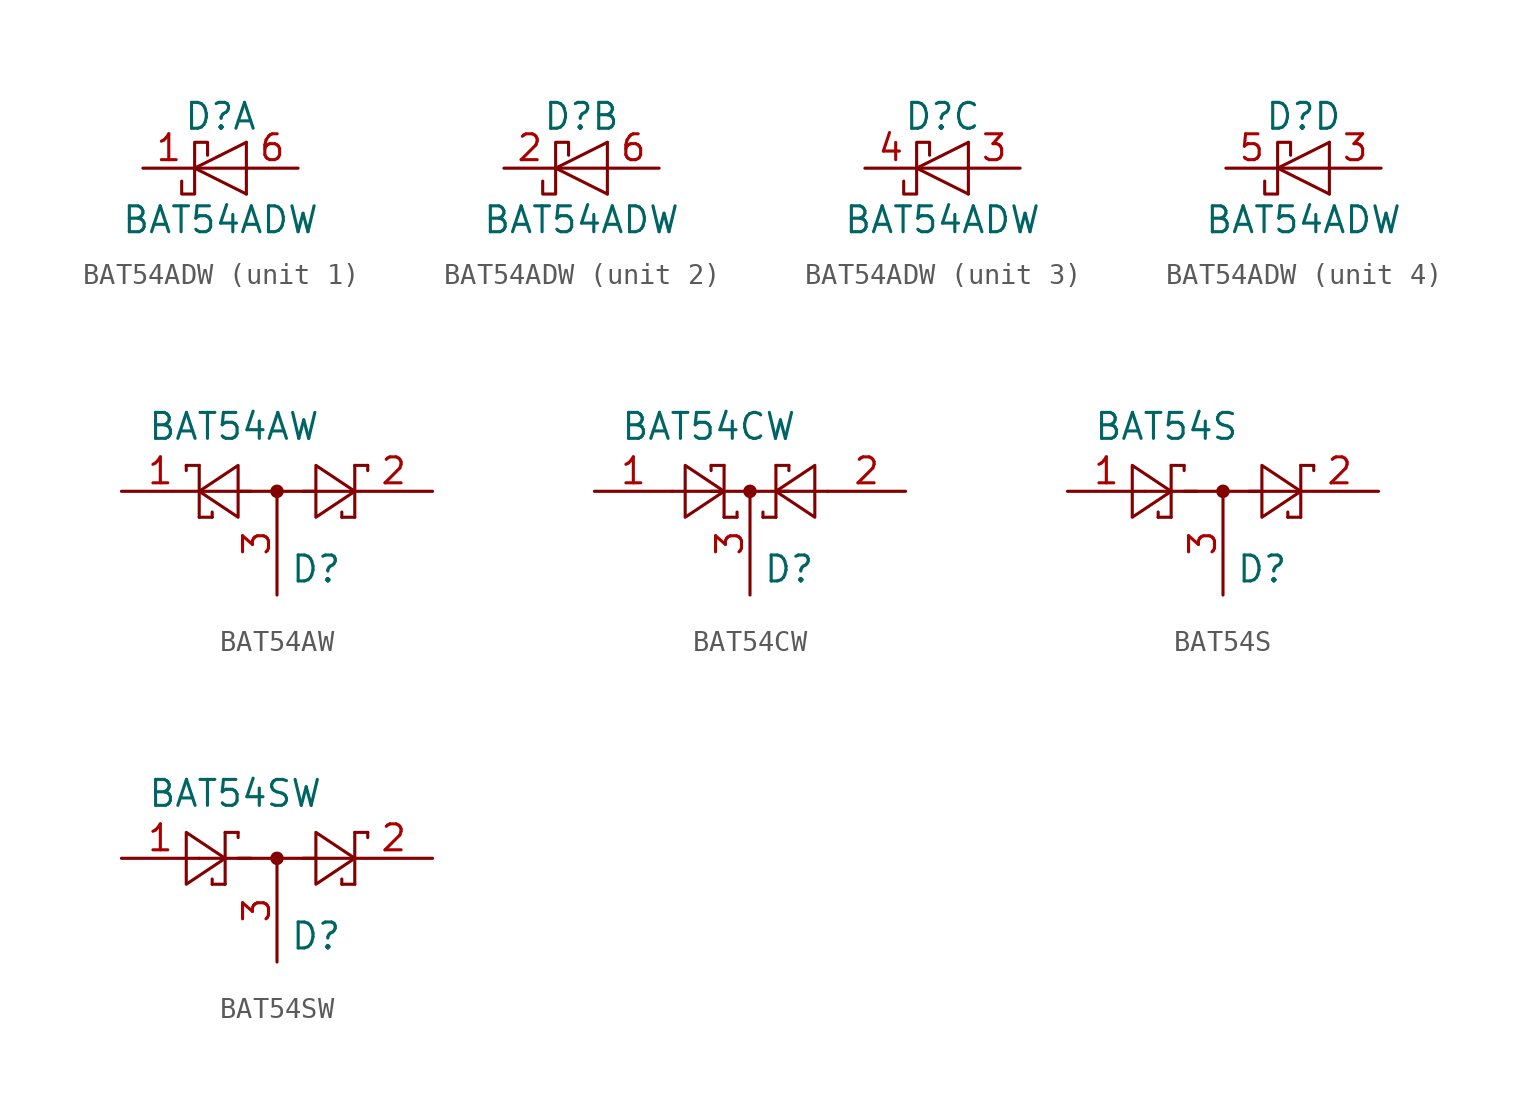
<source format=kicad_sym>
(kicad_symbol_lib
  (version 20201005)
  (generator kicad_symbol_editor)
  (symbol "Diode:BAT54ADW"
    (pin_names
      (offset 1.016) hide)
    (property "Reference" "D"
      (at 0 2.54 0)
      (effects (font (size 1.27 1.27))))
    (property "Value" "BAT54ADW"
      (at 0 -2.54 0)
      (effects (font (size 1.27 1.27))))
    (symbol "BAT54ADW_0_1"
      (polyline (pts (xy 1.27 -1.27) (xy 1.27 1.27)) (stroke (width 0)) (fill (type none)))
      (polyline (pts (xy 1.27 0) (xy -1.27 0)) (stroke (width 0)) (fill (type none)))
      (polyline (pts (xy 1.27 1.27) (xy -1.27 0) (xy 1.27 -1.27)) (stroke (width 0)) (fill (type none)))
      (polyline (pts (xy -0.635 0.635) (xy -0.635 1.27) (xy -1.27 1.27) (xy -1.27 -1.27) (xy -1.905 -1.27) (xy -1.905 -0.635)) (stroke (width 0)) (fill (type none))))
    (symbol "BAT54ADW_1_1"
      (pin passive line (at -3.81 0 0) (length 2.54) (name "K" (effects (font (size 1.27 1.27)))) (number "1" (effects (font (size 1.27 1.27)))))
      (pin passive line (at 3.81 0 180) (length 2.54) (name "A" (effects (font (size 1.27 1.27)))) (number "6" (effects (font (size 1.27 1.27))))))
    (symbol "BAT54ADW_2_1"
      (pin passive line (at -3.81 0 0) (length 2.54) (name "K" (effects (font (size 1.27 1.27)))) (number "2" (effects (font (size 1.27 1.27)))))
      (pin passive line (at 3.81 0 180) (length 2.54) (name "A" (effects (font (size 1.27 1.27)))) (number "6" (effects (font (size 1.27 1.27))))))
    (symbol "BAT54ADW_3_1"
      (pin passive line (at 3.81 0 180) (length 2.54) (name "A" (effects (font (size 1.27 1.27)))) (number "3" (effects (font (size 1.27 1.27)))))
      (pin passive line (at -3.81 0 0) (length 2.54) (name "K" (effects (font (size 1.27 1.27)))) (number "4" (effects (font (size 1.27 1.27))))))
    (symbol "BAT54ADW_4_1"
      (pin passive line (at 3.81 0 180) (length 2.54) (name "A" (effects (font (size 1.27 1.27)))) (number "3" (effects (font (size 1.27 1.27)))))
      (pin passive line (at -3.81 0 0) (length 2.54) (name "K" (effects (font (size 1.27 1.27)))) (number "5" (effects (font (size 1.27 1.27)))))))
  (symbol "Diode:BAT54AW"
    (pin_names
      (offset 1.016))
    (property "Reference" "D"
      (at 0.635 -3.81 0)
      (effects (font (size 1.27 1.27)) (justify left)))
    (property "Value" "BAT54AW"
      (at -6.35 3.175 0)
      (effects (font (size 1.27 1.27)) (justify left)))
    (symbol "BAT54AW_0_1"
      (circle (center 0 0) (radius 0.254) (stroke (width 0)) (fill (type outline)))
      (polyline (pts (xy -4.445 1.27) (xy -4.445 1.016)) (stroke (width 0)) (fill (type none)))
      (polyline (pts (xy -3.81 -1.27) (xy -3.81 1.27)) (stroke (width 0)) (fill (type none)))
      (polyline (pts (xy -3.81 -1.27) (xy -3.175 -1.27)) (stroke (width 0)) (fill (type none)))
      (polyline (pts (xy -3.81 0) (xy -1.27 0)) (stroke (width 0)) (fill (type none)))
      (polyline (pts (xy -3.81 1.27) (xy -4.445 1.27)) (stroke (width 0)) (fill (type none)))
      (polyline (pts (xy -3.175 -1.27) (xy -3.175 -1.016)) (stroke (width 0)) (fill (type none)))
      (polyline (pts (xy -1.905 0) (xy 1.905 0)) (stroke (width 0)) (fill (type none)))
      (polyline (pts (xy 1.27 0) (xy 3.81 0)) (stroke (width 0)) (fill (type none)))
      (polyline (pts (xy 3.175 -1.27) (xy 3.175 -1.016)) (stroke (width 0)) (fill (type none)))
      (polyline (pts (xy 3.81 -1.27) (xy 3.175 -1.27)) (stroke (width 0)) (fill (type none)))
      (polyline (pts (xy 3.81 -1.27) (xy 3.81 1.27)) (stroke (width 0)) (fill (type none)))
      (polyline (pts (xy 3.81 1.27) (xy 4.445 1.27)) (stroke (width 0)) (fill (type none)))
      (polyline (pts (xy 4.445 1.27) (xy 4.445 1.016)) (stroke (width 0)) (fill (type none)))
      (polyline (pts (xy -1.905 1.27) (xy -1.905 -1.27) (xy -3.81 0) (xy -1.905 1.27)) (stroke (width 0)) (fill (type none)))
      (polyline (pts (xy 1.905 1.27) (xy 1.905 -1.27) (xy 3.81 0) (xy 1.905 1.27)) (stroke (width 0)) (fill (type none))))
    (symbol "BAT54AW_1_1"
      (pin passive line (at -7.62 0 0) (length 3.81) (name "~" (effects (font (size 1.27 1.27)))) (number "1" (effects (font (size 1.27 1.27)))))
      (pin passive line (at 7.62 0 180) (length 3.81) (name "~" (effects (font (size 1.27 1.27)))) (number "2" (effects (font (size 1.27 1.27)))))
      (pin passive line (at 0 -5.08 90) (length 5.08) (name "~" (effects (font (size 1.27 1.27)))) (number "3" (effects (font (size 1.27 1.27)))))))
  (symbol "Diode:BAT54CW"
    (pin_names
      (offset 1.016))
    (property "Reference" "D"
      (at 0.635 -3.81 0)
      (effects (font (size 1.27 1.27)) (justify left)))
    (property "Value" "BAT54CW"
      (at -6.35 3.175 0)
      (effects (font (size 1.27 1.27)) (justify left)))
    (symbol "BAT54CW_0_1"
      (circle (center 0 0) (radius 0.254) (stroke (width 0)) (fill (type outline)))
      (polyline (pts (xy -1.905 0) (xy 1.905 0)) (stroke (width 0)) (fill (type none)))
      (polyline (pts (xy -1.905 1.27) (xy -1.905 1.016)) (stroke (width 0)) (fill (type none)))
      (polyline (pts (xy -1.27 -1.27) (xy -0.635 -1.27)) (stroke (width 0)) (fill (type none)))
      (polyline (pts (xy -1.27 0) (xy -3.81 0)) (stroke (width 0)) (fill (type none)))
      (polyline (pts (xy -1.27 1.27) (xy -1.905 1.27)) (stroke (width 0)) (fill (type none)))
      (polyline (pts (xy -1.27 1.27) (xy -1.27 -1.27)) (stroke (width 0)) (fill (type none)))
      (polyline (pts (xy -0.635 -1.27) (xy -0.635 -1.016)) (stroke (width 0)) (fill (type none)))
      (polyline (pts (xy 0.635 -1.27) (xy 0.635 -1.016)) (stroke (width 0)) (fill (type none)))
      (polyline (pts (xy 1.27 -1.27) (xy 0.635 -1.27)) (stroke (width 0)) (fill (type none)))
      (polyline (pts (xy 1.27 1.27) (xy 1.27 -1.27)) (stroke (width 0)) (fill (type none)))
      (polyline (pts (xy 1.27 1.27) (xy 1.905 1.27)) (stroke (width 0)) (fill (type none)))
      (polyline (pts (xy 1.905 1.27) (xy 1.905 1.016)) (stroke (width 0)) (fill (type none)))
      (polyline (pts (xy 3.81 0) (xy 1.27 0)) (stroke (width 0)) (fill (type none)))
      (polyline (pts (xy -3.175 -1.27) (xy -3.175 1.27) (xy -1.27 0) (xy -3.175 -1.27)) (stroke (width 0)) (fill (type none)))
      (polyline (pts (xy 3.175 -1.27) (xy 3.175 1.27) (xy 1.27 0) (xy 3.175 -1.27)) (stroke (width 0)) (fill (type none))))
    (symbol "BAT54CW_1_1"
      (pin passive line (at -7.62 0 0) (length 3.81) (name "~" (effects (font (size 1.27 1.27)))) (number "1" (effects (font (size 1.27 1.27)))))
      (pin passive line (at 7.62 0 180) (length 3.81) (name "~" (effects (font (size 1.27 1.27)))) (number "2" (effects (font (size 1.27 1.27)))))
      (pin passive line (at 0 -5.08 90) (length 5.08) (name "~" (effects (font (size 1.27 1.27)))) (number "3" (effects (font (size 1.27 1.27)))))))
  (symbol "Diode:BAT54S"
    (pin_names
      (offset 1.016))
    (property "Reference" "D"
      (at 0.635 -3.81 0)
      (effects (font (size 1.27 1.27)) (justify left)))
    (property "Value" "BAT54S"
      (at -6.35 3.175 0)
      (effects (font (size 1.27 1.27)) (justify left)))
    (symbol "BAT54S_0_1"
      (circle (center 0 0) (radius 0.254) (stroke (width 0)) (fill (type outline)))
      (polyline (pts (xy -3.81 0) (xy -1.27 0)) (stroke (width 0)) (fill (type none)))
      (polyline (pts (xy -3.175 -1.27) (xy -3.175 -1.016)) (stroke (width 0)) (fill (type none)))
      (polyline (pts (xy -2.54 -1.27) (xy -3.175 -1.27)) (stroke (width 0)) (fill (type none)))
      (polyline (pts (xy -2.54 -1.27) (xy -2.54 1.27)) (stroke (width 0)) (fill (type none)))
      (polyline (pts (xy -2.54 1.27) (xy -1.905 1.27)) (stroke (width 0)) (fill (type none)))
      (polyline (pts (xy -1.905 0) (xy 1.905 0)) (stroke (width 0)) (fill (type none)))
      (polyline (pts (xy -1.905 1.27) (xy -1.905 1.016)) (stroke (width 0)) (fill (type none)))
      (polyline (pts (xy 1.27 0) (xy 3.81 0)) (stroke (width 0)) (fill (type none)))
      (polyline (pts (xy 3.175 -1.27) (xy 3.175 -1.016)) (stroke (width 0)) (fill (type none)))
      (polyline (pts (xy 3.81 -1.27) (xy 3.175 -1.27)) (stroke (width 0)) (fill (type none)))
      (polyline (pts (xy 3.81 -1.27) (xy 3.81 1.27)) (stroke (width 0)) (fill (type none)))
      (polyline (pts (xy 3.81 1.27) (xy 4.445 1.27)) (stroke (width 0)) (fill (type none)))
      (polyline (pts (xy 4.445 1.27) (xy 4.445 1.016)) (stroke (width 0)) (fill (type none)))
      (polyline (pts (xy -4.445 1.27) (xy -4.445 -1.27) (xy -2.54 0) (xy -4.445 1.27)) (stroke (width 0)) (fill (type none)))
      (polyline (pts (xy 1.905 1.27) (xy 1.905 -1.27) (xy 3.81 0) (xy 1.905 1.27)) (stroke (width 0)) (fill (type none))))
    (symbol "BAT54S_1_1"
      (pin passive line (at -7.62 0 0) (length 3.81) (name "~" (effects (font (size 1.27 1.27)))) (number "1" (effects (font (size 1.27 1.27)))))
      (pin passive line (at 7.62 0 180) (length 3.81) (name "~" (effects (font (size 1.27 1.27)))) (number "2" (effects (font (size 1.27 1.27)))))
      (pin passive line (at 0 -5.08 90) (length 5.08) (name "~" (effects (font (size 1.27 1.27)))) (number "3" (effects (font (size 1.27 1.27)))))))
  (symbol "Diode:BAT54SW"
    (pin_names
      (offset 1.016))
    (property "Reference" "D"
      (at 0.635 -3.81 0)
      (effects (font (size 1.27 1.27)) (justify left)))
    (property "Value" "BAT54SW"
      (at -6.35 3.175 0)
      (effects (font (size 1.27 1.27)) (justify left)))
    (symbol "BAT54SW_0_1"
      (circle (center 0 0) (radius 0.254) (stroke (width 0)) (fill (type outline)))
      (polyline (pts (xy -3.81 0) (xy -1.27 0)) (stroke (width 0)) (fill (type none)))
      (polyline (pts (xy -3.175 -1.27) (xy -3.175 -1.016)) (stroke (width 0)) (fill (type none)))
      (polyline (pts (xy -2.54 -1.27) (xy -3.175 -1.27)) (stroke (width 0)) (fill (type none)))
      (polyline (pts (xy -2.54 -1.27) (xy -2.54 1.27)) (stroke (width 0)) (fill (type none)))
      (polyline (pts (xy -2.54 1.27) (xy -1.905 1.27)) (stroke (width 0)) (fill (type none)))
      (polyline (pts (xy -1.905 0) (xy 1.905 0)) (stroke (width 0)) (fill (type none)))
      (polyline (pts (xy -1.905 1.27) (xy -1.905 1.016)) (stroke (width 0)) (fill (type none)))
      (polyline (pts (xy 1.27 0) (xy 3.81 0)) (stroke (width 0)) (fill (type none)))
      (polyline (pts (xy 3.175 -1.27) (xy 3.175 -1.016)) (stroke (width 0)) (fill (type none)))
      (polyline (pts (xy 3.81 -1.27) (xy 3.175 -1.27)) (stroke (width 0)) (fill (type none)))
      (polyline (pts (xy 3.81 -1.27) (xy 3.81 1.27)) (stroke (width 0)) (fill (type none)))
      (polyline (pts (xy 3.81 1.27) (xy 4.445 1.27)) (stroke (width 0)) (fill (type none)))
      (polyline (pts (xy 4.445 1.27) (xy 4.445 1.016)) (stroke (width 0)) (fill (type none)))
      (polyline (pts (xy -4.445 1.27) (xy -4.445 -1.27) (xy -2.54 0) (xy -4.445 1.27)) (stroke (width 0)) (fill (type none)))
      (polyline (pts (xy 1.905 1.27) (xy 1.905 -1.27) (xy 3.81 0) (xy 1.905 1.27)) (stroke (width 0)) (fill (type none))))
    (symbol "BAT54SW_1_1"
      (pin passive line (at -7.62 0 0) (length 3.81) (name "~" (effects (font (size 1.27 1.27)))) (number "1" (effects (font (size 1.27 1.27)))))
      (pin passive line (at 7.62 0 180) (length 3.81) (name "~" (effects (font (size 1.27 1.27)))) (number "2" (effects (font (size 1.27 1.27)))))
      (pin passive line (at 0 -5.08 90) (length 5.08) (name "~" (effects (font (size 1.27 1.27)))) (number "3" (effects (font (size 1.27 1.27))))))))
</source>
